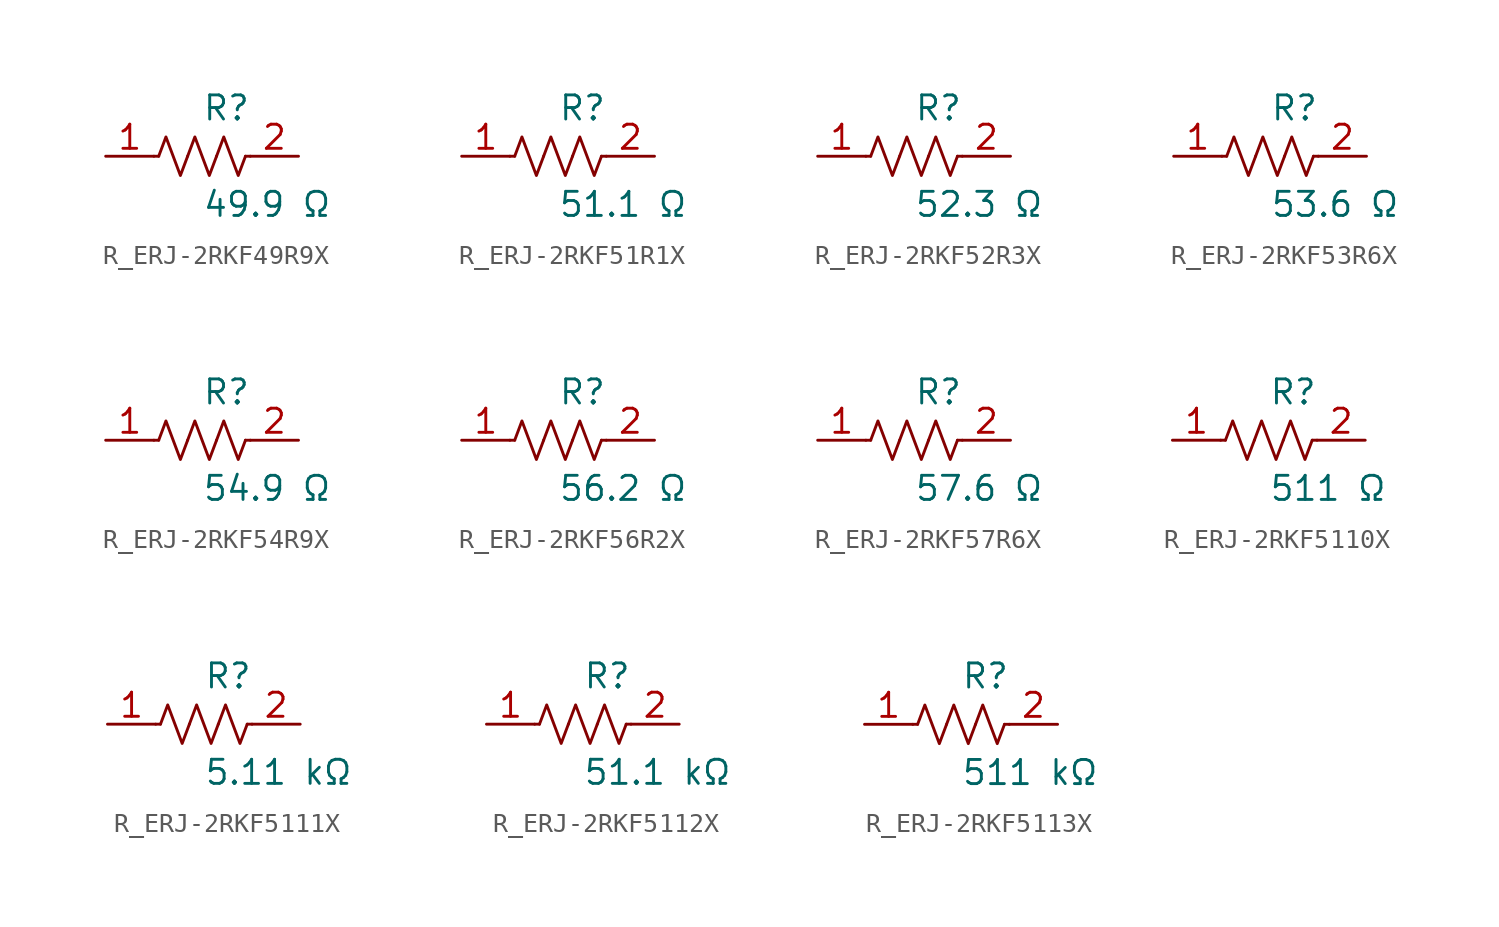
<source format=kicad_sym>
(kicad_symbol_lib
  (version 20231120)
  (generator kicad_symbol_editor)
  (generator_version 8.0)
  (symbol "R_ERJ-2RKF49R9X"
    (pin_names
      (offset 0.254))
    (property "Reference" "R"
      (at 0 2.54 0)
      (effects (font (size 1.27 1.27)) (justify left)))
    (property "Value" "49.9 Ω"
      (at 0 -2.54 0)
      (effects (font (size 1.27 1.27)) (justify left)))
    (symbol "R_ERJ-2RKF49R9X_0_1"
      (polyline (pts (xy 2.286 0) (xy 2.54 0)) (stroke (width 0) (type default)) (fill (type none)))
      (polyline (pts (xy -2.286 0) (xy -2.54 0)) (stroke (width 0) (type default)) (fill (type none)))
      (polyline (pts (xy 0.762 0) (xy 1.143 1.016) (xy 1.524 0) (xy 1.905 -1.016) (xy 2.286 0)) (stroke (width 0) (type default)) (fill (type none)))
      (polyline (pts (xy -0.762 0) (xy -0.381 1.016) (xy 0 0) (xy 0.381 -1.016) (xy 0.762 0)) (stroke (width 0) (type default)) (fill (type none)))
      (polyline (pts (xy -2.286 0) (xy -1.905 1.016) (xy -1.524 0) (xy -1.143 -1.016) (xy -0.762 0)) (stroke (width 0) (type default)) (fill (type none))))
    (pin unspecified line
      (at -5.08 0 0)
      (length 2.54)
      (name "" (effects (font (size 1.27 1.27))))
      (number "1" (effects (font (size 1.27 1.27)))))
    (pin unspecified line
      (at 5.08 0 180)
      (length 2.54)
      (name "" (effects (font (size 1.27 1.27))))
      (number "2" (effects (font (size 1.27 1.27))))))
  (symbol "R_ERJ-2RKF51R1X"
    (pin_names
      (offset 0.254))
    (property "Reference" "R"
      (at 0 2.54 0)
      (effects (font (size 1.27 1.27)) (justify left)))
    (property "Value" "51.1 Ω"
      (at 0 -2.54 0)
      (effects (font (size 1.27 1.27)) (justify left)))
    (symbol "R_ERJ-2RKF51R1X_0_1"
      (polyline (pts (xy 2.286 0) (xy 2.54 0)) (stroke (width 0) (type default)) (fill (type none)))
      (polyline (pts (xy -2.286 0) (xy -2.54 0)) (stroke (width 0) (type default)) (fill (type none)))
      (polyline (pts (xy 0.762 0) (xy 1.143 1.016) (xy 1.524 0) (xy 1.905 -1.016) (xy 2.286 0)) (stroke (width 0) (type default)) (fill (type none)))
      (polyline (pts (xy -0.762 0) (xy -0.381 1.016) (xy 0 0) (xy 0.381 -1.016) (xy 0.762 0)) (stroke (width 0) (type default)) (fill (type none)))
      (polyline (pts (xy -2.286 0) (xy -1.905 1.016) (xy -1.524 0) (xy -1.143 -1.016) (xy -0.762 0)) (stroke (width 0) (type default)) (fill (type none))))
    (pin unspecified line
      (at -5.08 0 0)
      (length 2.54)
      (name "" (effects (font (size 1.27 1.27))))
      (number "1" (effects (font (size 1.27 1.27)))))
    (pin unspecified line
      (at 5.08 0 180)
      (length 2.54)
      (name "" (effects (font (size 1.27 1.27))))
      (number "2" (effects (font (size 1.27 1.27))))))
  (symbol "R_ERJ-2RKF52R3X"
    (pin_names
      (offset 0.254))
    (property "Reference" "R"
      (at 0 2.54 0)
      (effects (font (size 1.27 1.27)) (justify left)))
    (property "Value" "52.3 Ω"
      (at 0 -2.54 0)
      (effects (font (size 1.27 1.27)) (justify left)))
    (symbol "R_ERJ-2RKF52R3X_0_1"
      (polyline (pts (xy 2.286 0) (xy 2.54 0)) (stroke (width 0) (type default)) (fill (type none)))
      (polyline (pts (xy -2.286 0) (xy -2.54 0)) (stroke (width 0) (type default)) (fill (type none)))
      (polyline (pts (xy 0.762 0) (xy 1.143 1.016) (xy 1.524 0) (xy 1.905 -1.016) (xy 2.286 0)) (stroke (width 0) (type default)) (fill (type none)))
      (polyline (pts (xy -0.762 0) (xy -0.381 1.016) (xy 0 0) (xy 0.381 -1.016) (xy 0.762 0)) (stroke (width 0) (type default)) (fill (type none)))
      (polyline (pts (xy -2.286 0) (xy -1.905 1.016) (xy -1.524 0) (xy -1.143 -1.016) (xy -0.762 0)) (stroke (width 0) (type default)) (fill (type none))))
    (pin unspecified line
      (at -5.08 0 0)
      (length 2.54)
      (name "" (effects (font (size 1.27 1.27))))
      (number "1" (effects (font (size 1.27 1.27)))))
    (pin unspecified line
      (at 5.08 0 180)
      (length 2.54)
      (name "" (effects (font (size 1.27 1.27))))
      (number "2" (effects (font (size 1.27 1.27))))))
  (symbol "R_ERJ-2RKF53R6X"
    (pin_names
      (offset 0.254))
    (property "Reference" "R"
      (at 0 2.54 0)
      (effects (font (size 1.27 1.27)) (justify left)))
    (property "Value" "53.6 Ω"
      (at 0 -2.54 0)
      (effects (font (size 1.27 1.27)) (justify left)))
    (symbol "R_ERJ-2RKF53R6X_0_1"
      (polyline (pts (xy 2.286 0) (xy 2.54 0)) (stroke (width 0) (type default)) (fill (type none)))
      (polyline (pts (xy -2.286 0) (xy -2.54 0)) (stroke (width 0) (type default)) (fill (type none)))
      (polyline (pts (xy 0.762 0) (xy 1.143 1.016) (xy 1.524 0) (xy 1.905 -1.016) (xy 2.286 0)) (stroke (width 0) (type default)) (fill (type none)))
      (polyline (pts (xy -0.762 0) (xy -0.381 1.016) (xy 0 0) (xy 0.381 -1.016) (xy 0.762 0)) (stroke (width 0) (type default)) (fill (type none)))
      (polyline (pts (xy -2.286 0) (xy -1.905 1.016) (xy -1.524 0) (xy -1.143 -1.016) (xy -0.762 0)) (stroke (width 0) (type default)) (fill (type none))))
    (pin unspecified line
      (at -5.08 0 0)
      (length 2.54)
      (name "" (effects (font (size 1.27 1.27))))
      (number "1" (effects (font (size 1.27 1.27)))))
    (pin unspecified line
      (at 5.08 0 180)
      (length 2.54)
      (name "" (effects (font (size 1.27 1.27))))
      (number "2" (effects (font (size 1.27 1.27))))))
  (symbol "R_ERJ-2RKF54R9X"
    (pin_names
      (offset 0.254))
    (property "Reference" "R"
      (at 0 2.54 0)
      (effects (font (size 1.27 1.27)) (justify left)))
    (property "Value" "54.9 Ω"
      (at 0 -2.54 0)
      (effects (font (size 1.27 1.27)) (justify left)))
    (symbol "R_ERJ-2RKF54R9X_0_1"
      (polyline (pts (xy 2.286 0) (xy 2.54 0)) (stroke (width 0) (type default)) (fill (type none)))
      (polyline (pts (xy -2.286 0) (xy -2.54 0)) (stroke (width 0) (type default)) (fill (type none)))
      (polyline (pts (xy 0.762 0) (xy 1.143 1.016) (xy 1.524 0) (xy 1.905 -1.016) (xy 2.286 0)) (stroke (width 0) (type default)) (fill (type none)))
      (polyline (pts (xy -0.762 0) (xy -0.381 1.016) (xy 0 0) (xy 0.381 -1.016) (xy 0.762 0)) (stroke (width 0) (type default)) (fill (type none)))
      (polyline (pts (xy -2.286 0) (xy -1.905 1.016) (xy -1.524 0) (xy -1.143 -1.016) (xy -0.762 0)) (stroke (width 0) (type default)) (fill (type none))))
    (pin unspecified line
      (at -5.08 0 0)
      (length 2.54)
      (name "" (effects (font (size 1.27 1.27))))
      (number "1" (effects (font (size 1.27 1.27)))))
    (pin unspecified line
      (at 5.08 0 180)
      (length 2.54)
      (name "" (effects (font (size 1.27 1.27))))
      (number "2" (effects (font (size 1.27 1.27))))))
  (symbol "R_ERJ-2RKF56R2X"
    (pin_names
      (offset 0.254))
    (property "Reference" "R"
      (at 0 2.54 0)
      (effects (font (size 1.27 1.27)) (justify left)))
    (property "Value" "56.2 Ω"
      (at 0 -2.54 0)
      (effects (font (size 1.27 1.27)) (justify left)))
    (symbol "R_ERJ-2RKF56R2X_0_1"
      (polyline (pts (xy 2.286 0) (xy 2.54 0)) (stroke (width 0) (type default)) (fill (type none)))
      (polyline (pts (xy -2.286 0) (xy -2.54 0)) (stroke (width 0) (type default)) (fill (type none)))
      (polyline (pts (xy 0.762 0) (xy 1.143 1.016) (xy 1.524 0) (xy 1.905 -1.016) (xy 2.286 0)) (stroke (width 0) (type default)) (fill (type none)))
      (polyline (pts (xy -0.762 0) (xy -0.381 1.016) (xy 0 0) (xy 0.381 -1.016) (xy 0.762 0)) (stroke (width 0) (type default)) (fill (type none)))
      (polyline (pts (xy -2.286 0) (xy -1.905 1.016) (xy -1.524 0) (xy -1.143 -1.016) (xy -0.762 0)) (stroke (width 0) (type default)) (fill (type none))))
    (pin unspecified line
      (at -5.08 0 0)
      (length 2.54)
      (name "" (effects (font (size 1.27 1.27))))
      (number "1" (effects (font (size 1.27 1.27)))))
    (pin unspecified line
      (at 5.08 0 180)
      (length 2.54)
      (name "" (effects (font (size 1.27 1.27))))
      (number "2" (effects (font (size 1.27 1.27))))))
  (symbol "R_ERJ-2RKF57R6X"
    (pin_names
      (offset 0.254))
    (property "Reference" "R"
      (at 0 2.54 0)
      (effects (font (size 1.27 1.27)) (justify left)))
    (property "Value" "57.6 Ω"
      (at 0 -2.54 0)
      (effects (font (size 1.27 1.27)) (justify left)))
    (symbol "R_ERJ-2RKF57R6X_0_1"
      (polyline (pts (xy 2.286 0) (xy 2.54 0)) (stroke (width 0) (type default)) (fill (type none)))
      (polyline (pts (xy -2.286 0) (xy -2.54 0)) (stroke (width 0) (type default)) (fill (type none)))
      (polyline (pts (xy 0.762 0) (xy 1.143 1.016) (xy 1.524 0) (xy 1.905 -1.016) (xy 2.286 0)) (stroke (width 0) (type default)) (fill (type none)))
      (polyline (pts (xy -0.762 0) (xy -0.381 1.016) (xy 0 0) (xy 0.381 -1.016) (xy 0.762 0)) (stroke (width 0) (type default)) (fill (type none)))
      (polyline (pts (xy -2.286 0) (xy -1.905 1.016) (xy -1.524 0) (xy -1.143 -1.016) (xy -0.762 0)) (stroke (width 0) (type default)) (fill (type none))))
    (pin unspecified line
      (at -5.08 0 0)
      (length 2.54)
      (name "" (effects (font (size 1.27 1.27))))
      (number "1" (effects (font (size 1.27 1.27)))))
    (pin unspecified line
      (at 5.08 0 180)
      (length 2.54)
      (name "" (effects (font (size 1.27 1.27))))
      (number "2" (effects (font (size 1.27 1.27))))))
  (symbol "R_ERJ-2RKF5110X"
    (pin_names
      (offset 0.254))
    (property "Reference" "R"
      (at 0 2.54 0)
      (effects (font (size 1.27 1.27)) (justify left)))
    (property "Value" "511 Ω"
      (at 0 -2.54 0)
      (effects (font (size 1.27 1.27)) (justify left)))
    (symbol "R_ERJ-2RKF5110X_0_1"
      (polyline (pts (xy 2.286 0) (xy 2.54 0)) (stroke (width 0) (type default)) (fill (type none)))
      (polyline (pts (xy -2.286 0) (xy -2.54 0)) (stroke (width 0) (type default)) (fill (type none)))
      (polyline (pts (xy 0.762 0) (xy 1.143 1.016) (xy 1.524 0) (xy 1.905 -1.016) (xy 2.286 0)) (stroke (width 0) (type default)) (fill (type none)))
      (polyline (pts (xy -0.762 0) (xy -0.381 1.016) (xy 0 0) (xy 0.381 -1.016) (xy 0.762 0)) (stroke (width 0) (type default)) (fill (type none)))
      (polyline (pts (xy -2.286 0) (xy -1.905 1.016) (xy -1.524 0) (xy -1.143 -1.016) (xy -0.762 0)) (stroke (width 0) (type default)) (fill (type none))))
    (pin unspecified line
      (at -5.08 0 0)
      (length 2.54)
      (name "" (effects (font (size 1.27 1.27))))
      (number "1" (effects (font (size 1.27 1.27)))))
    (pin unspecified line
      (at 5.08 0 180)
      (length 2.54)
      (name "" (effects (font (size 1.27 1.27))))
      (number "2" (effects (font (size 1.27 1.27))))))
  (symbol "R_ERJ-2RKF5111X"
    (pin_names
      (offset 0.254))
    (property "Reference" "R"
      (at 0 2.54 0)
      (effects (font (size 1.27 1.27)) (justify left)))
    (property "Value" "5.11 kΩ"
      (at 0 -2.54 0)
      (effects (font (size 1.27 1.27)) (justify left)))
    (symbol "R_ERJ-2RKF5111X_0_1"
      (polyline (pts (xy 2.286 0) (xy 2.54 0)) (stroke (width 0) (type default)) (fill (type none)))
      (polyline (pts (xy -2.286 0) (xy -2.54 0)) (stroke (width 0) (type default)) (fill (type none)))
      (polyline (pts (xy 0.762 0) (xy 1.143 1.016) (xy 1.524 0) (xy 1.905 -1.016) (xy 2.286 0)) (stroke (width 0) (type default)) (fill (type none)))
      (polyline (pts (xy -0.762 0) (xy -0.381 1.016) (xy 0 0) (xy 0.381 -1.016) (xy 0.762 0)) (stroke (width 0) (type default)) (fill (type none)))
      (polyline (pts (xy -2.286 0) (xy -1.905 1.016) (xy -1.524 0) (xy -1.143 -1.016) (xy -0.762 0)) (stroke (width 0) (type default)) (fill (type none))))
    (pin unspecified line
      (at -5.08 0 0)
      (length 2.54)
      (name "" (effects (font (size 1.27 1.27))))
      (number "1" (effects (font (size 1.27 1.27)))))
    (pin unspecified line
      (at 5.08 0 180)
      (length 2.54)
      (name "" (effects (font (size 1.27 1.27))))
      (number "2" (effects (font (size 1.27 1.27))))))
  (symbol "R_ERJ-2RKF5112X"
    (pin_names
      (offset 0.254))
    (property "Reference" "R"
      (at 0 2.54 0)
      (effects (font (size 1.27 1.27)) (justify left)))
    (property "Value" "51.1 kΩ"
      (at 0 -2.54 0)
      (effects (font (size 1.27 1.27)) (justify left)))
    (symbol "R_ERJ-2RKF5112X_0_1"
      (polyline (pts (xy 2.286 0) (xy 2.54 0)) (stroke (width 0) (type default)) (fill (type none)))
      (polyline (pts (xy -2.286 0) (xy -2.54 0)) (stroke (width 0) (type default)) (fill (type none)))
      (polyline (pts (xy 0.762 0) (xy 1.143 1.016) (xy 1.524 0) (xy 1.905 -1.016) (xy 2.286 0)) (stroke (width 0) (type default)) (fill (type none)))
      (polyline (pts (xy -0.762 0) (xy -0.381 1.016) (xy 0 0) (xy 0.381 -1.016) (xy 0.762 0)) (stroke (width 0) (type default)) (fill (type none)))
      (polyline (pts (xy -2.286 0) (xy -1.905 1.016) (xy -1.524 0) (xy -1.143 -1.016) (xy -0.762 0)) (stroke (width 0) (type default)) (fill (type none))))
    (pin unspecified line
      (at -5.08 0 0)
      (length 2.54)
      (name "" (effects (font (size 1.27 1.27))))
      (number "1" (effects (font (size 1.27 1.27)))))
    (pin unspecified line
      (at 5.08 0 180)
      (length 2.54)
      (name "" (effects (font (size 1.27 1.27))))
      (number "2" (effects (font (size 1.27 1.27))))))
  (symbol "R_ERJ-2RKF5113X"
    (pin_names
      (offset 0.254))
    (property "Reference" "R"
      (at 0 2.54 0)
      (effects (font (size 1.27 1.27)) (justify left)))
    (property "Value" "511 kΩ"
      (at 0 -2.54 0)
      (effects (font (size 1.27 1.27)) (justify left)))
    (symbol "R_ERJ-2RKF5113X_0_1"
      (polyline (pts (xy 2.286 0) (xy 2.54 0)) (stroke (width 0) (type default)) (fill (type none)))
      (polyline (pts (xy -2.286 0) (xy -2.54 0)) (stroke (width 0) (type default)) (fill (type none)))
      (polyline (pts (xy 0.762 0) (xy 1.143 1.016) (xy 1.524 0) (xy 1.905 -1.016) (xy 2.286 0)) (stroke (width 0) (type default)) (fill (type none)))
      (polyline (pts (xy -0.762 0) (xy -0.381 1.016) (xy 0 0) (xy 0.381 -1.016) (xy 0.762 0)) (stroke (width 0) (type default)) (fill (type none)))
      (polyline (pts (xy -2.286 0) (xy -1.905 1.016) (xy -1.524 0) (xy -1.143 -1.016) (xy -0.762 0)) (stroke (width 0) (type default)) (fill (type none))))
    (pin unspecified line
      (at -5.08 0 0)
      (length 2.54)
      (name "" (effects (font (size 1.27 1.27))))
      (number "1" (effects (font (size 1.27 1.27)))))
    (pin unspecified line
      (at 5.08 0 180)
      (length 2.54)
      (name "" (effects (font (size 1.27 1.27))))
      (number "2" (effects (font (size 1.27 1.27)))))))
</source>
